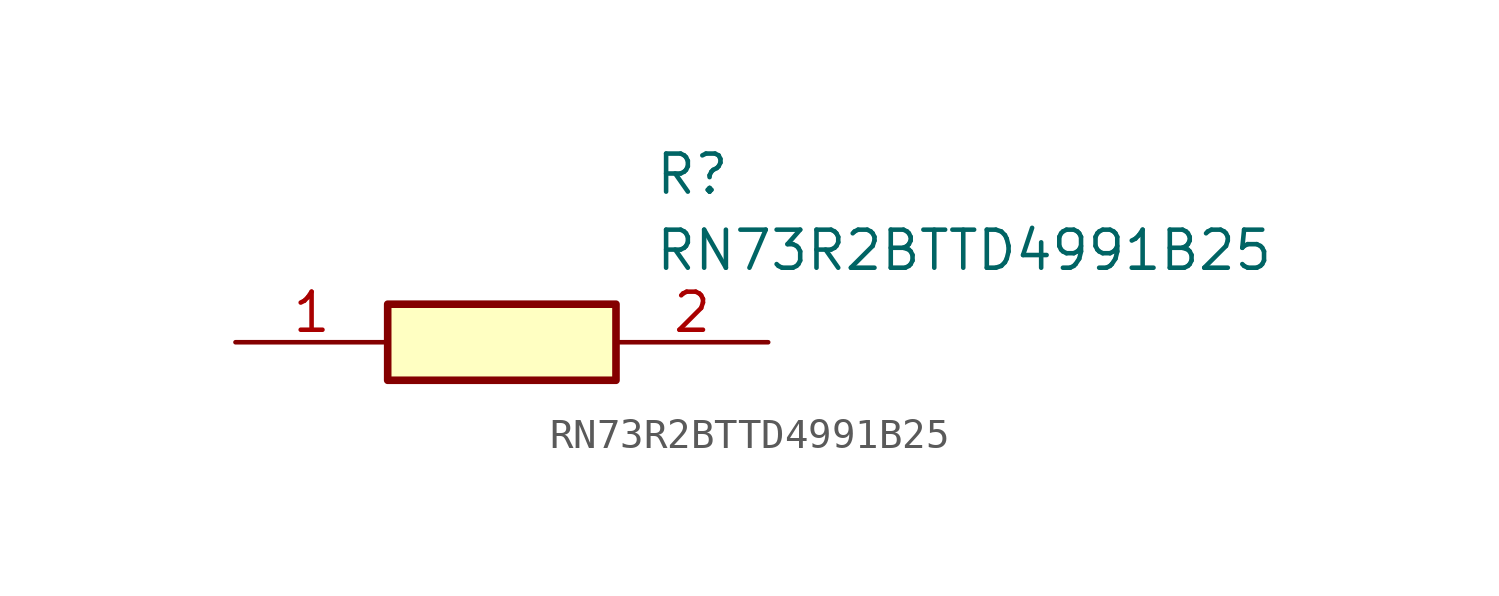
<source format=kicad_sym>
(kicad_symbol_lib
  (version 20211014)
  (generator SamacSys_ECAD_Model)
  (symbol "RN73R2BTTD4991B25"
    (pin_names hide)
    (property "Reference" "R"
      (at 13.97 6.35 0)
      (effects (font (size 1.27 1.27)) (justify left top)))
    (property "Value" "RN73R2BTTD4991B25"
      (at 13.97 3.81 0)
      (effects (font (size 1.27 1.27)) (justify left top)))
    (rectangle
      (start 5.08 1.27)
      (end 12.7 -1.27)
      (stroke (width 0.254) (type default))
      (fill (type background)))
    (pin passive line
      (at 0 0 0)
      (length 5.08)
      (name "1" (effects (font (size 1.27 1.27))))
      (number "1" (effects (font (size 1.27 1.27)))))
    (pin passive line
      (at 17.78 0 180)
      (length 5.08)
      (name "2" (effects (font (size 1.27 1.27))))
      (number "2" (effects (font (size 1.27 1.27)))))))
</source>
